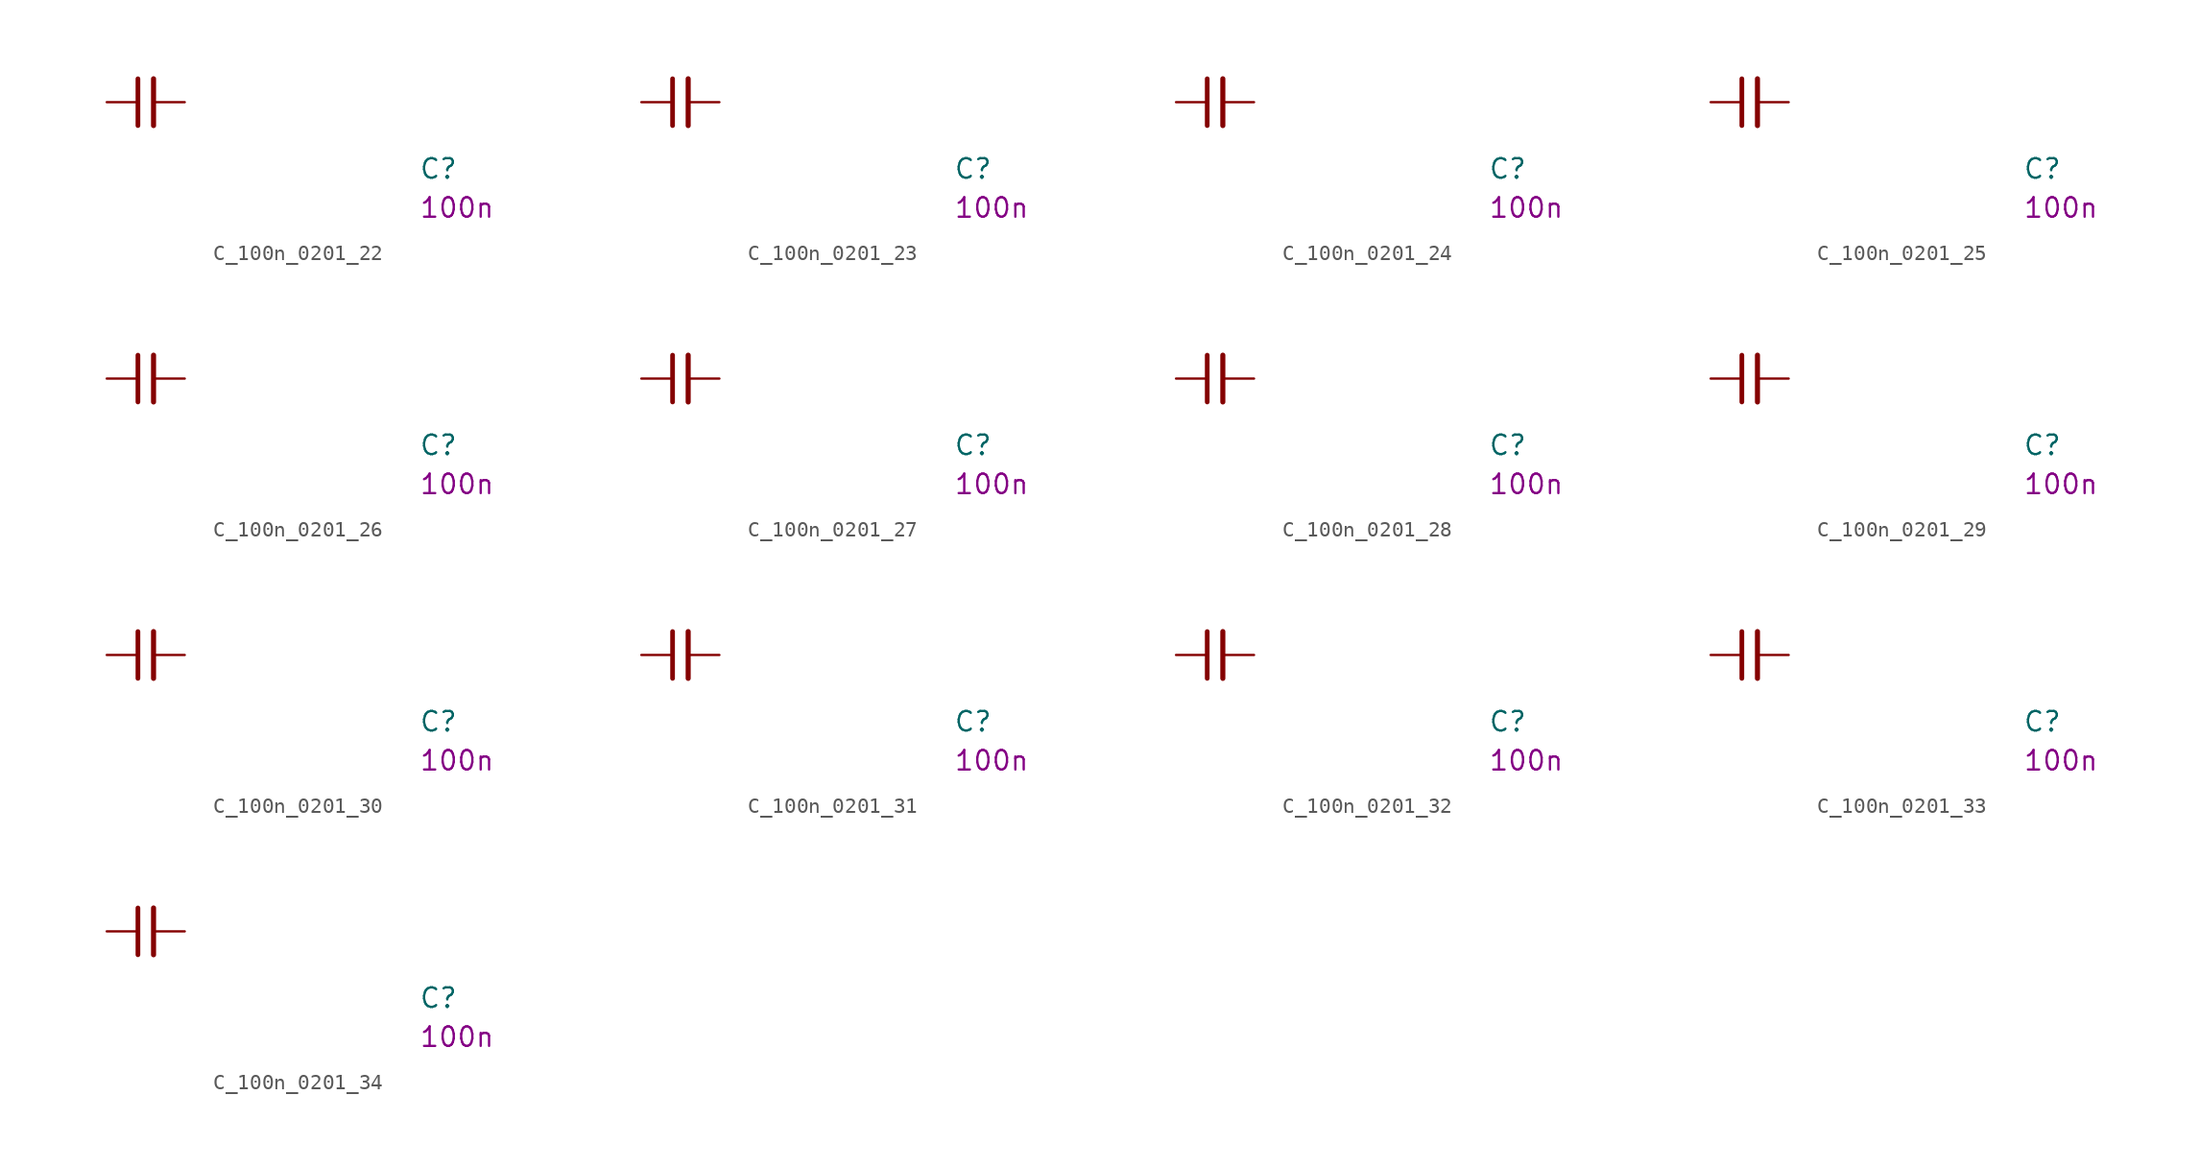
<source format=kicad_sym>
(kicad_symbol_lib
  (version 20211014)
  (generator kicad_symbol_editor)
  (symbol "lpddr4-testbed:C_100n_0201_22"
    (pin_numbers hide)
    (pin_names hide)
    (property "Reference" "C"
      (at 20.32 -5.08 0)
      (effects (font (size 1.27 1.27) (thickness 0.15)) (justify left bottom)))
    (property "Val" "100n"
      (at 20.32 -7.62 0)
      (effects (font (size 1.27 1.27) (thickness 0.15)) (justify left bottom)))
    (symbol "C_100n_0201_22_0_1"
      (polyline (pts (xy 2.032 -1.524) (xy 2.032 1.524)) (stroke (width 0.305) (type default)) (fill (type none)))
      (polyline (pts (xy 3.048 -1.524) (xy 3.048 1.524)) (stroke (width 0.33) (type default)) (fill (type none))))
    (symbol "C_100n_0201_22_1_1"
      (pin passive line (at 0 0 0) (length 2.032) (name "~" (effects (font (size 1.27 1.27)))) (number "1" (effects (font (size 1.27 1.27)))))
      (pin passive line (at 5.08 0 180) (length 2.032) (name "~" (effects (font (size 1.27 1.27)))) (number "2" (effects (font (size 1.27 1.27)))))))
  (symbol "lpddr4-testbed:C_100n_0201_23"
    (pin_numbers hide)
    (pin_names hide)
    (property "Reference" "C"
      (at 20.32 -5.08 0)
      (effects (font (size 1.27 1.27) (thickness 0.15)) (justify left bottom)))
    (property "Val" "100n"
      (at 20.32 -7.62 0)
      (effects (font (size 1.27 1.27) (thickness 0.15)) (justify left bottom)))
    (symbol "C_100n_0201_23_0_1"
      (polyline (pts (xy 2.032 -1.524) (xy 2.032 1.524)) (stroke (width 0.305) (type default)) (fill (type none)))
      (polyline (pts (xy 3.048 -1.524) (xy 3.048 1.524)) (stroke (width 0.33) (type default)) (fill (type none))))
    (symbol "C_100n_0201_23_1_1"
      (pin passive line (at 0 0 0) (length 2.032) (name "~" (effects (font (size 1.27 1.27)))) (number "1" (effects (font (size 1.27 1.27)))))
      (pin passive line (at 5.08 0 180) (length 2.032) (name "~" (effects (font (size 1.27 1.27)))) (number "2" (effects (font (size 1.27 1.27)))))))
  (symbol "lpddr4-testbed:C_100n_0201_24"
    (pin_numbers hide)
    (pin_names hide)
    (property "Reference" "C"
      (at 20.32 -5.08 0)
      (effects (font (size 1.27 1.27) (thickness 0.15)) (justify left bottom)))
    (property "Val" "100n"
      (at 20.32 -7.62 0)
      (effects (font (size 1.27 1.27) (thickness 0.15)) (justify left bottom)))
    (symbol "C_100n_0201_24_0_1"
      (polyline (pts (xy 2.032 -1.524) (xy 2.032 1.524)) (stroke (width 0.305) (type default)) (fill (type none)))
      (polyline (pts (xy 3.048 -1.524) (xy 3.048 1.524)) (stroke (width 0.33) (type default)) (fill (type none))))
    (symbol "C_100n_0201_24_1_1"
      (pin passive line (at 0 0 0) (length 2.032) (name "~" (effects (font (size 1.27 1.27)))) (number "1" (effects (font (size 1.27 1.27)))))
      (pin passive line (at 5.08 0 180) (length 2.032) (name "~" (effects (font (size 1.27 1.27)))) (number "2" (effects (font (size 1.27 1.27)))))))
  (symbol "lpddr4-testbed:C_100n_0201_25"
    (pin_numbers hide)
    (pin_names hide)
    (property "Reference" "C"
      (at 20.32 -5.08 0)
      (effects (font (size 1.27 1.27) (thickness 0.15)) (justify left bottom)))
    (property "Val" "100n"
      (at 20.32 -7.62 0)
      (effects (font (size 1.27 1.27) (thickness 0.15)) (justify left bottom)))
    (symbol "C_100n_0201_25_0_1"
      (polyline (pts (xy 2.032 -1.524) (xy 2.032 1.524)) (stroke (width 0.305) (type default)) (fill (type none)))
      (polyline (pts (xy 3.048 -1.524) (xy 3.048 1.524)) (stroke (width 0.33) (type default)) (fill (type none))))
    (symbol "C_100n_0201_25_1_1"
      (pin passive line (at 0 0 0) (length 2.032) (name "~" (effects (font (size 1.27 1.27)))) (number "1" (effects (font (size 1.27 1.27)))))
      (pin passive line (at 5.08 0 180) (length 2.032) (name "~" (effects (font (size 1.27 1.27)))) (number "2" (effects (font (size 1.27 1.27)))))))
  (symbol "lpddr4-testbed:C_100n_0201_26"
    (pin_numbers hide)
    (pin_names hide)
    (property "Reference" "C"
      (at 20.32 -5.08 0)
      (effects (font (size 1.27 1.27) (thickness 0.15)) (justify left bottom)))
    (property "Val" "100n"
      (at 20.32 -7.62 0)
      (effects (font (size 1.27 1.27) (thickness 0.15)) (justify left bottom)))
    (symbol "C_100n_0201_26_0_1"
      (polyline (pts (xy 2.032 -1.524) (xy 2.032 1.524)) (stroke (width 0.305) (type default)) (fill (type none)))
      (polyline (pts (xy 3.048 -1.524) (xy 3.048 1.524)) (stroke (width 0.33) (type default)) (fill (type none))))
    (symbol "C_100n_0201_26_1_1"
      (pin passive line (at 0 0 0) (length 2.032) (name "~" (effects (font (size 1.27 1.27)))) (number "1" (effects (font (size 1.27 1.27)))))
      (pin passive line (at 5.08 0 180) (length 2.032) (name "~" (effects (font (size 1.27 1.27)))) (number "2" (effects (font (size 1.27 1.27)))))))
  (symbol "lpddr4-testbed:C_100n_0201_27"
    (pin_numbers hide)
    (pin_names hide)
    (property "Reference" "C"
      (at 20.32 -5.08 0)
      (effects (font (size 1.27 1.27) (thickness 0.15)) (justify left bottom)))
    (property "Val" "100n"
      (at 20.32 -7.62 0)
      (effects (font (size 1.27 1.27) (thickness 0.15)) (justify left bottom)))
    (symbol "C_100n_0201_27_0_1"
      (polyline (pts (xy 2.032 -1.524) (xy 2.032 1.524)) (stroke (width 0.305) (type default)) (fill (type none)))
      (polyline (pts (xy 3.048 -1.524) (xy 3.048 1.524)) (stroke (width 0.33) (type default)) (fill (type none))))
    (symbol "C_100n_0201_27_1_1"
      (pin passive line (at 0 0 0) (length 2.032) (name "~" (effects (font (size 1.27 1.27)))) (number "1" (effects (font (size 1.27 1.27)))))
      (pin passive line (at 5.08 0 180) (length 2.032) (name "~" (effects (font (size 1.27 1.27)))) (number "2" (effects (font (size 1.27 1.27)))))))
  (symbol "lpddr4-testbed:C_100n_0201_28"
    (pin_numbers hide)
    (pin_names hide)
    (property "Reference" "C"
      (at 20.32 -5.08 0)
      (effects (font (size 1.27 1.27) (thickness 0.15)) (justify left bottom)))
    (property "Val" "100n"
      (at 20.32 -7.62 0)
      (effects (font (size 1.27 1.27) (thickness 0.15)) (justify left bottom)))
    (symbol "C_100n_0201_28_0_1"
      (polyline (pts (xy 2.032 -1.524) (xy 2.032 1.524)) (stroke (width 0.305) (type default)) (fill (type none)))
      (polyline (pts (xy 3.048 -1.524) (xy 3.048 1.524)) (stroke (width 0.33) (type default)) (fill (type none))))
    (symbol "C_100n_0201_28_1_1"
      (pin passive line (at 0 0 0) (length 2.032) (name "~" (effects (font (size 1.27 1.27)))) (number "1" (effects (font (size 1.27 1.27)))))
      (pin passive line (at 5.08 0 180) (length 2.032) (name "~" (effects (font (size 1.27 1.27)))) (number "2" (effects (font (size 1.27 1.27)))))))
  (symbol "lpddr4-testbed:C_100n_0201_29"
    (pin_numbers hide)
    (pin_names hide)
    (property "Reference" "C"
      (at 20.32 -5.08 0)
      (effects (font (size 1.27 1.27) (thickness 0.15)) (justify left bottom)))
    (property "Val" "100n"
      (at 20.32 -7.62 0)
      (effects (font (size 1.27 1.27) (thickness 0.15)) (justify left bottom)))
    (symbol "C_100n_0201_29_0_1"
      (polyline (pts (xy 2.032 -1.524) (xy 2.032 1.524)) (stroke (width 0.305) (type default)) (fill (type none)))
      (polyline (pts (xy 3.048 -1.524) (xy 3.048 1.524)) (stroke (width 0.33) (type default)) (fill (type none))))
    (symbol "C_100n_0201_29_1_1"
      (pin passive line (at 0 0 0) (length 2.032) (name "~" (effects (font (size 1.27 1.27)))) (number "1" (effects (font (size 1.27 1.27)))))
      (pin passive line (at 5.08 0 180) (length 2.032) (name "~" (effects (font (size 1.27 1.27)))) (number "2" (effects (font (size 1.27 1.27)))))))
  (symbol "lpddr4-testbed:C_100n_0201_30"
    (pin_numbers hide)
    (pin_names hide)
    (property "Reference" "C"
      (at 20.32 -5.08 0)
      (effects (font (size 1.27 1.27) (thickness 0.15)) (justify left bottom)))
    (property "Val" "100n"
      (at 20.32 -7.62 0)
      (effects (font (size 1.27 1.27) (thickness 0.15)) (justify left bottom)))
    (symbol "C_100n_0201_30_0_1"
      (polyline (pts (xy 2.032 -1.524) (xy 2.032 1.524)) (stroke (width 0.305) (type default)) (fill (type none)))
      (polyline (pts (xy 3.048 -1.524) (xy 3.048 1.524)) (stroke (width 0.33) (type default)) (fill (type none))))
    (symbol "C_100n_0201_30_1_1"
      (pin passive line (at 0 0 0) (length 2.032) (name "~" (effects (font (size 1.27 1.27)))) (number "1" (effects (font (size 1.27 1.27)))))
      (pin passive line (at 5.08 0 180) (length 2.032) (name "~" (effects (font (size 1.27 1.27)))) (number "2" (effects (font (size 1.27 1.27)))))))
  (symbol "lpddr4-testbed:C_100n_0201_31"
    (pin_numbers hide)
    (pin_names hide)
    (property "Reference" "C"
      (at 20.32 -5.08 0)
      (effects (font (size 1.27 1.27) (thickness 0.15)) (justify left bottom)))
    (property "Val" "100n"
      (at 20.32 -7.62 0)
      (effects (font (size 1.27 1.27) (thickness 0.15)) (justify left bottom)))
    (symbol "C_100n_0201_31_0_1"
      (polyline (pts (xy 2.032 -1.524) (xy 2.032 1.524)) (stroke (width 0.305) (type default)) (fill (type none)))
      (polyline (pts (xy 3.048 -1.524) (xy 3.048 1.524)) (stroke (width 0.33) (type default)) (fill (type none))))
    (symbol "C_100n_0201_31_1_1"
      (pin passive line (at 0 0 0) (length 2.032) (name "~" (effects (font (size 1.27 1.27)))) (number "1" (effects (font (size 1.27 1.27)))))
      (pin passive line (at 5.08 0 180) (length 2.032) (name "~" (effects (font (size 1.27 1.27)))) (number "2" (effects (font (size 1.27 1.27)))))))
  (symbol "lpddr4-testbed:C_100n_0201_32"
    (pin_numbers hide)
    (pin_names hide)
    (property "Reference" "C"
      (at 20.32 -5.08 0)
      (effects (font (size 1.27 1.27) (thickness 0.15)) (justify left bottom)))
    (property "Val" "100n"
      (at 20.32 -7.62 0)
      (effects (font (size 1.27 1.27) (thickness 0.15)) (justify left bottom)))
    (symbol "C_100n_0201_32_0_1"
      (polyline (pts (xy 2.032 -1.524) (xy 2.032 1.524)) (stroke (width 0.305) (type default)) (fill (type none)))
      (polyline (pts (xy 3.048 -1.524) (xy 3.048 1.524)) (stroke (width 0.33) (type default)) (fill (type none))))
    (symbol "C_100n_0201_32_1_1"
      (pin passive line (at 0 0 0) (length 2.032) (name "~" (effects (font (size 1.27 1.27)))) (number "1" (effects (font (size 1.27 1.27)))))
      (pin passive line (at 5.08 0 180) (length 2.032) (name "~" (effects (font (size 1.27 1.27)))) (number "2" (effects (font (size 1.27 1.27)))))))
  (symbol "lpddr4-testbed:C_100n_0201_33"
    (pin_numbers hide)
    (pin_names hide)
    (property "Reference" "C"
      (at 20.32 -5.08 0)
      (effects (font (size 1.27 1.27) (thickness 0.15)) (justify left bottom)))
    (property "Val" "100n"
      (at 20.32 -7.62 0)
      (effects (font (size 1.27 1.27) (thickness 0.15)) (justify left bottom)))
    (symbol "C_100n_0201_33_0_1"
      (polyline (pts (xy 2.032 -1.524) (xy 2.032 1.524)) (stroke (width 0.305) (type default)) (fill (type none)))
      (polyline (pts (xy 3.048 -1.524) (xy 3.048 1.524)) (stroke (width 0.33) (type default)) (fill (type none))))
    (symbol "C_100n_0201_33_1_1"
      (pin passive line (at 0 0 0) (length 2.032) (name "~" (effects (font (size 1.27 1.27)))) (number "1" (effects (font (size 1.27 1.27)))))
      (pin passive line (at 5.08 0 180) (length 2.032) (name "~" (effects (font (size 1.27 1.27)))) (number "2" (effects (font (size 1.27 1.27)))))))
  (symbol "lpddr4-testbed:C_100n_0201_34"
    (pin_numbers hide)
    (pin_names hide)
    (property "Reference" "C"
      (at 20.32 -5.08 0)
      (effects (font (size 1.27 1.27) (thickness 0.15)) (justify left bottom)))
    (property "Val" "100n"
      (at 20.32 -7.62 0)
      (effects (font (size 1.27 1.27) (thickness 0.15)) (justify left bottom)))
    (symbol "C_100n_0201_34_0_1"
      (polyline (pts (xy 2.032 -1.524) (xy 2.032 1.524)) (stroke (width 0.305) (type default)) (fill (type none)))
      (polyline (pts (xy 3.048 -1.524) (xy 3.048 1.524)) (stroke (width 0.33) (type default)) (fill (type none))))
    (symbol "C_100n_0201_34_1_1"
      (pin passive line (at 0 0 0) (length 2.032) (name "~" (effects (font (size 1.27 1.27)))) (number "1" (effects (font (size 1.27 1.27)))))
      (pin passive line (at 5.08 0 180) (length 2.032) (name "~" (effects (font (size 1.27 1.27)))) (number "2" (effects (font (size 1.27 1.27))))))))
</source>
